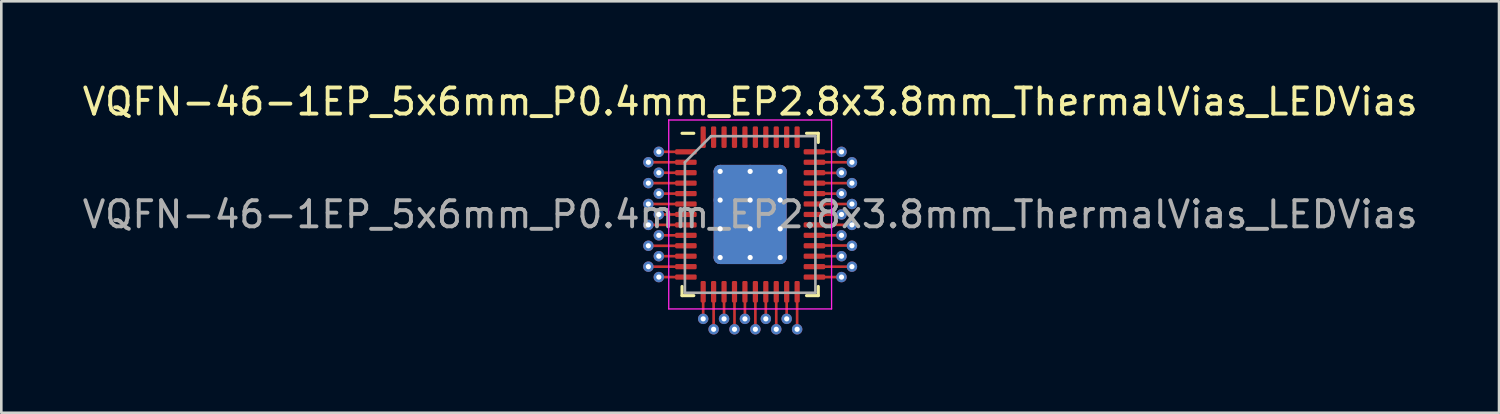
<source format=kicad_pcb>
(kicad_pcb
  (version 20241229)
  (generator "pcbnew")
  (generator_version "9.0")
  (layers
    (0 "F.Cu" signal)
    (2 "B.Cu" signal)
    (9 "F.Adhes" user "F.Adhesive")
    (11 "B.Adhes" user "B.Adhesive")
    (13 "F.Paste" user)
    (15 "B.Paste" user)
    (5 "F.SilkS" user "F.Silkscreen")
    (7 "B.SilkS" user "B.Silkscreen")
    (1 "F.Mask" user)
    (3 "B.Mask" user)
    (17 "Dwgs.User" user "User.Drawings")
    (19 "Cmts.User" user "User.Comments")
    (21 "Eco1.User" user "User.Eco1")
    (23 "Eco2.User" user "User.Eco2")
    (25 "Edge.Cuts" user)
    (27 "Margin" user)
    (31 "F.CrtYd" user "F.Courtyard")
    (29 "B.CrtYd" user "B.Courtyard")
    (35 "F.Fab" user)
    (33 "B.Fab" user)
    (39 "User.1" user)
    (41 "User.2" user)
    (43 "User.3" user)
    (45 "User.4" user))
  (footprint "VQFN-46-1EP_5x6mm_P0.4mm_EP2.8x3.8mm_ThermalVias_LEDVias"
    (layer "F.Cu")
    (at 25.696 5.168)
    (property "Reference" "VQFN-46-1EP_5x6mm_P0.4mm_EP2.8x3.8mm_ThermalVias_LEDVias" (at 0 -4.32 0) (layer "F.SilkS") (effects (font (size 1 1) (thickness 0.15))))
    (attr smd)
    (fp_line (start -3.5 -2.4) (end -2.45 -2.4) (stroke (width 0.102) (type solid)) (layer "F.Cu"))
    (fp_line (start -3.5 -1.6) (end -2.45 -1.6) (stroke (width 0.102) (type solid)) (layer "F.Cu"))
    (fp_line (start -3.5 -0.8) (end -2.45 -0.8) (stroke (width 0.102) (type solid)) (layer "F.Cu"))
    (fp_line (start -3.5 0) (end -2.45 0) (stroke (width 0.102) (type solid)) (layer "F.Cu"))
    (fp_line (start -3.5 0.8) (end -2.45 0.8) (stroke (width 0.102) (type solid)) (layer "F.Cu"))
    (fp_line (start -3.5 1.6) (end -2.45 1.6) (stroke (width 0.102) (type solid)) (layer "F.Cu"))
    (fp_line (start -3.5 2.4) (end -2.45 2.4) (stroke (width 0.102) (type solid)) (layer "F.Cu"))
    (fp_line (start -2.45 -2) (end -3.9 -2) (stroke (width 0.102) (type solid)) (layer "F.Cu"))
    (fp_line (start -2.45 -1.2) (end -3.9 -1.2) (stroke (width 0.102) (type solid)) (layer "F.Cu"))
    (fp_line (start -2.45 -0.4) (end -3.9 -0.4) (stroke (width 0.102) (type solid)) (layer "F.Cu"))
    (fp_line (start -2.45 0.4) (end -3.9 0.4) (stroke (width 0.102) (type solid)) (layer "F.Cu"))
    (fp_line (start -2.45 1.2) (end -3.9 1.2) (stroke (width 0.102) (type solid)) (layer "F.Cu"))
    (fp_line (start -2.45 2) (end -3.9 2) (stroke (width 0.102) (type solid)) (layer "F.Cu"))
    (fp_line (start -1.8 2.95) (end -1.8 4) (stroke (width 0.102) (type solid)) (layer "F.Cu"))
    (fp_line (start -1.4 2.95) (end -1.4 4.4) (stroke (width 0.102) (type solid)) (layer "F.Cu"))
    (fp_line (start -1 2.95) (end -1 4) (stroke (width 0.102) (type solid)) (layer "F.Cu"))
    (fp_line (start -0.6 2.95) (end -0.6 4.4) (stroke (width 0.102) (type solid)) (layer "F.Cu"))
    (fp_line (start -0.2 2.95) (end -0.2 4) (stroke (width 0.102) (type solid)) (layer "F.Cu"))
    (fp_line (start 0.2 2.95) (end 0.2 4.4) (stroke (width 0.102) (type solid)) (layer "F.Cu"))
    (fp_line (start 0.6 2.95) (end 0.6 4) (stroke (width 0.102) (type solid)) (layer "F.Cu"))
    (fp_line (start 1 2.95) (end 1 4.4) (stroke (width 0.102) (type solid)) (layer "F.Cu"))
    (fp_line (start 1.4 2.95) (end 1.4 4) (stroke (width 0.102) (type solid)) (layer "F.Cu"))
    (fp_line (start 1.8 2.95) (end 1.8 4.4) (stroke (width 0.102) (type solid)) (layer "F.Cu"))
    (fp_line (start 2.45 -2) (end 3.9 -2) (stroke (width 0.102) (type solid)) (layer "F.Cu"))
    (fp_line (start 2.45 -1.2) (end 3.9 -1.2) (stroke (width 0.102) (type solid)) (layer "F.Cu"))
    (fp_line (start 2.45 -0.4) (end 3.9 -0.4) (stroke (width 0.102) (type solid)) (layer "F.Cu"))
    (fp_line (start 2.45 0.4) (end 3.9 0.4) (stroke (width 0.102) (type solid)) (layer "F.Cu"))
    (fp_line (start 2.45 1.19) (end 3.9 1.19) (stroke (width 0.102) (type solid)) (layer "F.Cu"))
    (fp_line (start 2.45 2) (end 3.9 2) (stroke (width 0.102) (type solid)) (layer "F.Cu"))
    (fp_line (start 3.5 -2.4) (end 2.45 -2.4) (stroke (width 0.102) (type solid)) (layer "F.Cu"))
    (fp_line (start 3.5 -1.59) (end 2.45 -1.59) (stroke (width 0.102) (type solid)) (layer "F.Cu"))
    (fp_line (start 3.5 -0.8) (end 2.45 -0.8) (stroke (width 0.102) (type solid)) (layer "F.Cu"))
    (fp_line (start 3.5 0.01) (end 2.45 0.01) (stroke (width 0.102) (type solid)) (layer "F.Cu"))
    (fp_line (start 3.5 0.8) (end 2.45 0.8) (stroke (width 0.102) (type solid)) (layer "F.Cu"))
    (fp_line (start 3.5 1.6) (end 2.45 1.6) (stroke (width 0.102) (type solid)) (layer "F.Cu"))
    (fp_line (start 3.5 2.4) (end 2.45 2.4) (stroke (width 0.102) (type solid)) (layer "F.Cu"))
    (fp_line (start -2.61 3.11) (end -2.61 2.76) (stroke (width 0.12) (type solid)) (layer "F.SilkS"))
    (fp_line (start -2.16 -3.11) (end -2.61 -3.11) (stroke (width 0.12) (type solid)) (layer "F.SilkS"))
    (fp_line (start -2.16 3.11) (end -2.61 3.11) (stroke (width 0.12) (type solid)) (layer "F.SilkS"))
    (fp_line (start 2.16 -3.11) (end 2.61 -3.11) (stroke (width 0.12) (type solid)) (layer "F.SilkS"))
    (fp_line (start 2.16 3.11) (end 2.61 3.11) (stroke (width 0.12) (type solid)) (layer "F.SilkS"))
    (fp_line (start 2.61 -3.11) (end 2.61 -2.76) (stroke (width 0.12) (type solid)) (layer "F.SilkS"))
    (fp_line (start 2.61 3.11) (end 2.61 2.76) (stroke (width 0.12) (type solid)) (layer "F.SilkS"))
    (fp_line (start -3.12 -3.62) (end -3.12 3.62) (stroke (width 0.05) (type solid)) (layer "F.CrtYd"))
    (fp_line (start -3.12 3.62) (end 3.12 3.62) (stroke (width 0.05) (type solid)) (layer "F.CrtYd"))
    (fp_line (start 3.12 -3.62) (end -3.12 -3.62) (stroke (width 0.05) (type solid)) (layer "F.CrtYd"))
    (fp_line (start 3.12 3.62) (end 3.12 -3.62) (stroke (width 0.05) (type solid)) (layer "F.CrtYd"))
    (fp_line (start -2.5 -2) (end -1.5 -3) (stroke (width 0.1) (type solid)) (layer "F.Fab"))
    (fp_line (start -2.5 3) (end -2.5 -2) (stroke (width 0.1) (type solid)) (layer "F.Fab"))
    (fp_line (start -1.5 -3) (end 2.5 -3) (stroke (width 0.1) (type solid)) (layer "F.Fab"))
    (fp_line (start 2.5 -3) (end 2.5 3) (stroke (width 0.1) (type solid)) (layer "F.Fab"))
    (fp_line (start 2.5 3) (end -2.5 3) (stroke (width 0.1) (type solid)) (layer "F.Fab"))
    (fp_text user "${REFERENCE}" (at 0 0 0) (layer "F.Fab") (effects (font (size 1 1) (thickness 0.15))))
    (pad "" smd roundrect (at -0.7 -1.27) (size 1.21 1.1) (layers "F.Paste") (roundrect_rratio 0.227))
    (pad "" smd roundrect (at -0.7 0) (size 1.21 1.1) (layers "F.Paste") (roundrect_rratio 0.227))
    (pad "" smd roundrect (at -0.7 1.27) (size 1.21 1.1) (layers "F.Paste") (roundrect_rratio 0.227))
    (pad "" smd roundrect (at 0.7 -1.27) (size 1.21 1.1) (layers "F.Paste") (roundrect_rratio 0.227))
    (pad "" smd roundrect (at 0.7 0) (size 1.21 1.1) (layers "F.Paste") (roundrect_rratio 0.227))
    (pad "" smd roundrect (at 0.7 1.27) (size 1.21 1.1) (layers "F.Paste") (roundrect_rratio 0.227))
    (pad "1" thru_hole circle (at -3.5 -2.4) (size 0.4 0.4) (drill 0.2) (layers "*.Cu" "*.Mask"))
    (pad "1" smd roundrect (at -2.462 -2.4) (size 0.825 0.2) (layers "F.Cu" "F.Mask" "F.Paste") (roundrect_rratio 0.25))
    (pad "2" thru_hole circle (at -3.9 -2) (size 0.4 0.4) (drill 0.2) (layers "*.Cu" "*.Mask"))
    (pad "2" smd roundrect (at -2.462 -2) (size 0.825 0.2) (layers "F.Cu" "F.Mask" "F.Paste") (roundrect_rratio 0.25))
    (pad "3" thru_hole circle (at -3.5 -1.6) (size 0.4 0.4) (drill 0.2) (layers "*.Cu" "*.Mask"))
    (pad "3" smd roundrect (at -2.462 -1.6) (size 0.825 0.2) (layers "F.Cu" "F.Mask" "F.Paste") (roundrect_rratio 0.25))
    (pad "4" thru_hole circle (at -3.9 -1.2) (size 0.4 0.4) (drill 0.2) (layers "*.Cu" "*.Mask"))
    (pad "4" smd roundrect (at -2.462 -1.2) (size 0.825 0.2) (layers "F.Cu" "F.Mask" "F.Paste") (roundrect_rratio 0.25))
    (pad "5" thru_hole circle (at -3.5 -0.8) (size 0.4 0.4) (drill 0.2) (layers "*.Cu" "*.Mask"))
    (pad "5" smd roundrect (at -2.462 -0.8) (size 0.825 0.2) (layers "F.Cu" "F.Mask" "F.Paste") (roundrect_rratio 0.25))
    (pad "6" thru_hole circle (at -3.9 -0.4) (size 0.4 0.4) (drill 0.2) (layers "*.Cu" "*.Mask"))
    (pad "6" smd roundrect (at -2.462 -0.4) (size 0.825 0.2) (layers "F.Cu" "F.Mask" "F.Paste") (roundrect_rratio 0.25))
    (pad "7" thru_hole circle (at -3.5 0) (size 0.4 0.4) (drill 0.2) (layers "*.Cu" "*.Mask"))
    (pad "7" smd roundrect (at -2.462 0) (size 0.825 0.2) (layers "F.Cu" "F.Mask" "F.Paste") (roundrect_rratio 0.25))
    (pad "8" thru_hole circle (at -3.9 0.4) (size 0.4 0.4) (drill 0.2) (layers "*.Cu" "*.Mask"))
    (pad "8" smd roundrect (at -2.462 0.4) (size 0.825 0.2) (layers "F.Cu" "F.Mask" "F.Paste") (roundrect_rratio 0.25))
    (pad "9" thru_hole circle (at -3.5 0.8) (size 0.4 0.4) (drill 0.2) (layers "*.Cu" "*.Mask"))
    (pad "9" smd roundrect (at -2.462 0.8) (size 0.825 0.2) (layers "F.Cu" "F.Mask" "F.Paste") (roundrect_rratio 0.25))
    (pad "10" thru_hole circle (at -3.9 1.2) (size 0.4 0.4) (drill 0.2) (layers "*.Cu" "*.Mask"))
    (pad "10" smd roundrect (at -2.462 1.2) (size 0.825 0.2) (layers "F.Cu" "F.Mask" "F.Paste") (roundrect_rratio 0.25))
    (pad "11" thru_hole circle (at -3.5 1.6) (size 0.4 0.4) (drill 0.2) (layers "*.Cu" "*.Mask"))
    (pad "11" smd roundrect (at -2.462 1.6) (size 0.825 0.2) (layers "F.Cu" "F.Mask" "F.Paste") (roundrect_rratio 0.25))
    (pad "12" thru_hole circle (at -3.9 2) (size 0.4 0.4) (drill 0.2) (layers "*.Cu" "*.Mask"))
    (pad "12" smd roundrect (at -2.462 2) (size 0.825 0.2) (layers "F.Cu" "F.Mask" "F.Paste") (roundrect_rratio 0.25))
    (pad "13" thru_hole circle (at -3.5 2.4) (size 0.4 0.4) (drill 0.2) (layers "*.Cu" "*.Mask"))
    (pad "13" smd roundrect (at -2.462 2.4) (size 0.825 0.2) (layers "F.Cu" "F.Mask" "F.Paste") (roundrect_rratio 0.25))
    (pad "14" smd roundrect (at -1.8 2.962) (size 0.2 0.825) (layers "F.Cu" "F.Mask" "F.Paste") (roundrect_rratio 0.25))
    (pad "14" thru_hole circle (at -1.8 4) (size 0.4 0.4) (drill 0.2) (layers "*.Cu" "*.Mask"))
    (pad "15" smd roundrect (at -1.4 2.962) (size 0.2 0.825) (layers "F.Cu" "F.Mask" "F.Paste") (roundrect_rratio 0.25))
    (pad "15" thru_hole circle (at -1.4 4.4) (size 0.4 0.4) (drill 0.2) (layers "*.Cu" "*.Mask"))
    (pad "16" smd roundrect (at -1 2.962) (size 0.2 0.825) (layers "F.Cu" "F.Mask" "F.Paste") (roundrect_rratio 0.25))
    (pad "16" thru_hole circle (at -1 4) (size 0.4 0.4) (drill 0.2) (layers "*.Cu" "*.Mask"))
    (pad "17" smd roundrect (at -0.6 2.962) (size 0.2 0.825) (layers "F.Cu" "F.Mask" "F.Paste") (roundrect_rratio 0.25))
    (pad "17" thru_hole circle (at -0.6 4.4) (size 0.4 0.4) (drill 0.2) (layers "*.Cu" "*.Mask"))
    (pad "18" smd roundrect (at -0.2 2.962) (size 0.2 0.825) (layers "F.Cu" "F.Mask" "F.Paste") (roundrect_rratio 0.25))
    (pad "18" thru_hole circle (at -0.2 4) (size 0.4 0.4) (drill 0.2) (layers "*.Cu" "*.Mask"))
    (pad "19" smd roundrect (at 0.2 2.962) (size 0.2 0.825) (layers "F.Cu" "F.Mask" "F.Paste") (roundrect_rratio 0.25))
    (pad "19" thru_hole circle (at 0.2 4.4) (size 0.4 0.4) (drill 0.2) (layers "*.Cu" "*.Mask"))
    (pad "20" smd roundrect (at 0.6 2.962) (size 0.2 0.825) (layers "F.Cu" "F.Mask" "F.Paste") (roundrect_rratio 0.25))
    (pad "20" thru_hole circle (at 0.6 4) (size 0.4 0.4) (drill 0.2) (layers "*.Cu" "*.Mask"))
    (pad "21" smd roundrect (at 1 2.962) (size 0.2 0.825) (layers "F.Cu" "F.Mask" "F.Paste") (roundrect_rratio 0.25))
    (pad "21" thru_hole circle (at 1 4.4) (size 0.4 0.4) (drill 0.2) (layers "*.Cu" "*.Mask"))
    (pad "22" smd roundrect (at 1.4 2.962) (size 0.2 0.825) (layers "F.Cu" "F.Mask" "F.Paste") (roundrect_rratio 0.25))
    (pad "22" thru_hole circle (at 1.4 4) (size 0.4 0.4) (drill 0.2) (layers "*.Cu" "*.Mask"))
    (pad "23" smd roundrect (at 1.8 2.962) (size 0.2 0.825) (layers "F.Cu" "F.Mask" "F.Paste") (roundrect_rratio 0.25))
    (pad "23" thru_hole circle (at 1.8 4.4) (size 0.4 0.4) (drill 0.2) (layers "*.Cu" "*.Mask"))
    (pad "24" smd roundrect (at 2.462 2.4) (size 0.825 0.2) (layers "F.Cu" "F.Mask" "F.Paste") (roundrect_rratio 0.25))
    (pad "24" thru_hole circle (at 3.5 2.4) (size 0.4 0.4) (drill 0.2) (layers "*.Cu" "*.Mask"))
    (pad "25" smd roundrect (at 2.462 2) (size 0.825 0.2) (layers "F.Cu" "F.Mask" "F.Paste") (roundrect_rratio 0.25))
    (pad "25" thru_hole circle (at 3.9 2) (size 0.4 0.4) (drill 0.2) (layers "*.Cu" "*.Mask"))
    (pad "26" smd roundrect (at 2.462 1.6) (size 0.825 0.2) (layers "F.Cu" "F.Mask" "F.Paste") (roundrect_rratio 0.25))
    (pad "26" thru_hole circle (at 3.5 1.6) (size 0.4 0.4) (drill 0.2) (layers "*.Cu" "*.Mask"))
    (pad "27" smd roundrect (at 2.462 1.2) (size 0.825 0.2) (layers "F.Cu" "F.Mask" "F.Paste") (roundrect_rratio 0.25))
    (pad "27" thru_hole circle (at 3.9 1.2) (size 0.4 0.4) (drill 0.2) (layers "*.Cu" "*.Mask"))
    (pad "28" smd roundrect (at 2.462 0.8) (size 0.825 0.2) (layers "F.Cu" "F.Mask" "F.Paste") (roundrect_rratio 0.25))
    (pad "28" thru_hole circle (at 3.5 0.8) (size 0.4 0.4) (drill 0.2) (layers "*.Cu" "*.Mask"))
    (pad "29" smd roundrect (at 2.462 0.4) (size 0.825 0.2) (layers "F.Cu" "F.Mask" "F.Paste") (roundrect_rratio 0.25))
    (pad "29" thru_hole circle (at 3.9 0.4) (size 0.4 0.4) (drill 0.2) (layers "*.Cu" "*.Mask"))
    (pad "30" smd roundrect (at 2.462 0) (size 0.825 0.2) (layers "F.Cu" "F.Mask" "F.Paste") (roundrect_rratio 0.25))
    (pad "30" thru_hole circle (at 3.5 0) (size 0.4 0.4) (drill 0.2) (layers "*.Cu" "*.Mask"))
    (pad "31" smd roundrect (at 2.462 -0.4) (size 0.825 0.2) (layers "F.Cu" "F.Mask" "F.Paste") (roundrect_rratio 0.25))
    (pad "31" thru_hole circle (at 3.9 -0.4) (size 0.4 0.4) (drill 0.2) (layers "*.Cu" "*.Mask"))
    (pad "32" smd roundrect (at 2.462 -0.8) (size 0.825 0.2) (layers "F.Cu" "F.Mask" "F.Paste") (roundrect_rratio 0.25))
    (pad "32" thru_hole circle (at 3.5 -0.8) (size 0.4 0.4) (drill 0.2) (layers "*.Cu" "*.Mask"))
    (pad "33" smd roundrect (at 2.462 -1.2) (size 0.825 0.2) (layers "F.Cu" "F.Mask" "F.Paste") (roundrect_rratio 0.25))
    (pad "33" thru_hole circle (at 3.9 -1.2) (size 0.4 0.4) (drill 0.2) (layers "*.Cu" "*.Mask"))
    (pad "34" smd roundrect (at 2.462 -1.6) (size 0.825 0.2) (layers "F.Cu" "F.Mask" "F.Paste") (roundrect_rratio 0.25))
    (pad "34" thru_hole circle (at 3.5 -1.6) (size 0.4 0.4) (drill 0.2) (layers "*.Cu" "*.Mask"))
    (pad "35" smd roundrect (at 2.462 -2) (size 0.825 0.2) (layers "F.Cu" "F.Mask" "F.Paste") (roundrect_rratio 0.25))
    (pad "35" thru_hole circle (at 3.9 -2) (size 0.4 0.4) (drill 0.2) (layers "*.Cu" "*.Mask"))
    (pad "36" smd roundrect (at 2.462 -2.4) (size 0.825 0.2) (layers "F.Cu" "F.Mask" "F.Paste") (roundrect_rratio 0.25))
    (pad "36" thru_hole circle (at 3.5 -2.4) (size 0.4 0.4) (drill 0.2) (layers "*.Cu" "*.Mask"))
    (pad "37" smd roundrect (at 1.8 -2.962) (size 0.2 0.825) (layers "F.Cu" "F.Mask" "F.Paste") (roundrect_rratio 0.25))
    (pad "38" smd roundrect (at 1.4 -2.962) (size 0.2 0.825) (layers "F.Cu" "F.Mask" "F.Paste") (roundrect_rratio 0.25))
    (pad "39" smd roundrect (at 1 -2.962) (size 0.2 0.825) (layers "F.Cu" "F.Mask" "F.Paste") (roundrect_rratio 0.25))
    (pad "40" smd roundrect (at 0.6 -2.962) (size 0.2 0.825) (layers "F.Cu" "F.Mask" "F.Paste") (roundrect_rratio 0.25))
    (pad "41" smd roundrect (at 0.2 -2.962) (size 0.2 0.825) (layers "F.Cu" "F.Mask" "F.Paste") (roundrect_rratio 0.25))
    (pad "42" smd roundrect (at -0.2 -2.962) (size 0.2 0.825) (layers "F.Cu" "F.Mask" "F.Paste") (roundrect_rratio 0.25))
    (pad "43" smd roundrect (at -0.6 -2.962) (size 0.2 0.825) (layers "F.Cu" "F.Mask" "F.Paste") (roundrect_rratio 0.25))
    (pad "44" smd roundrect (at -1 -2.962) (size 0.2 0.825) (layers "F.Cu" "F.Mask" "F.Paste") (roundrect_rratio 0.25))
    (pad "45" smd roundrect (at -1.4 -2.962) (size 0.2 0.825) (layers "F.Cu" "F.Mask" "F.Paste") (roundrect_rratio 0.25))
    (pad "46" smd roundrect (at -1.8 -2.962) (size 0.2 0.825) (layers "F.Cu" "F.Mask" "F.Paste") (roundrect_rratio 0.25))
    (pad "47" thru_hole circle (at -1.15 -1.65) (size 0.5 0.5) (drill 0.2) (layers "*.Cu"))
    (pad "47" thru_hole circle (at -1.15 -0.55) (size 0.5 0.5) (drill 0.2) (layers "*.Cu"))
    (pad "47" thru_hole circle (at -1.15 0.55) (size 0.5 0.5) (drill 0.2) (layers "*.Cu"))
    (pad "47" thru_hole circle (at -1.15 1.65) (size 0.5 0.5) (drill 0.2) (layers "*.Cu"))
    (pad "47" thru_hole circle (at 0 -1.65) (size 0.5 0.5) (drill 0.2) (layers "*.Cu"))
    (pad "47" thru_hole circle (at 0 -0.55) (size 0.5 0.5) (drill 0.2) (layers "*.Cu"))
    (pad "47" smd roundrect (at 0 0) (size 2.8 3.8) (layers "F.Cu" "F.Mask") (roundrect_rratio 0.089))
    (pad "47" smd roundrect (at 0 0) (size 2.8 3.8) (layers "B.Cu") (roundrect_rratio 0.089))
    (pad "47" thru_hole circle (at 0 0.55) (size 0.5 0.5) (drill 0.2) (layers "*.Cu"))
    (pad "47" thru_hole circle (at 0 1.65) (size 0.5 0.5) (drill 0.2) (layers "*.Cu"))
    (pad "47" thru_hole circle (at 1.15 -1.65) (size 0.5 0.5) (drill 0.2) (layers "*.Cu"))
    (pad "47" thru_hole circle (at 1.15 -0.55) (size 0.5 0.5) (drill 0.2) (layers "*.Cu"))
    (pad "47" thru_hole circle (at 1.15 0.55) (size 0.5 0.5) (drill 0.2) (layers "*.Cu"))
    (pad "47" thru_hole circle (at 1.15 1.65) (size 0.5 0.5) (drill 0.2) (layers "*.Cu")))
  (gr_rect
    (start -3 -3)
    (end 54.393 12.768)
    (stroke (width 0.1) (type default))
    (fill no)
    (layer "Edge.Cuts")))
</source>
